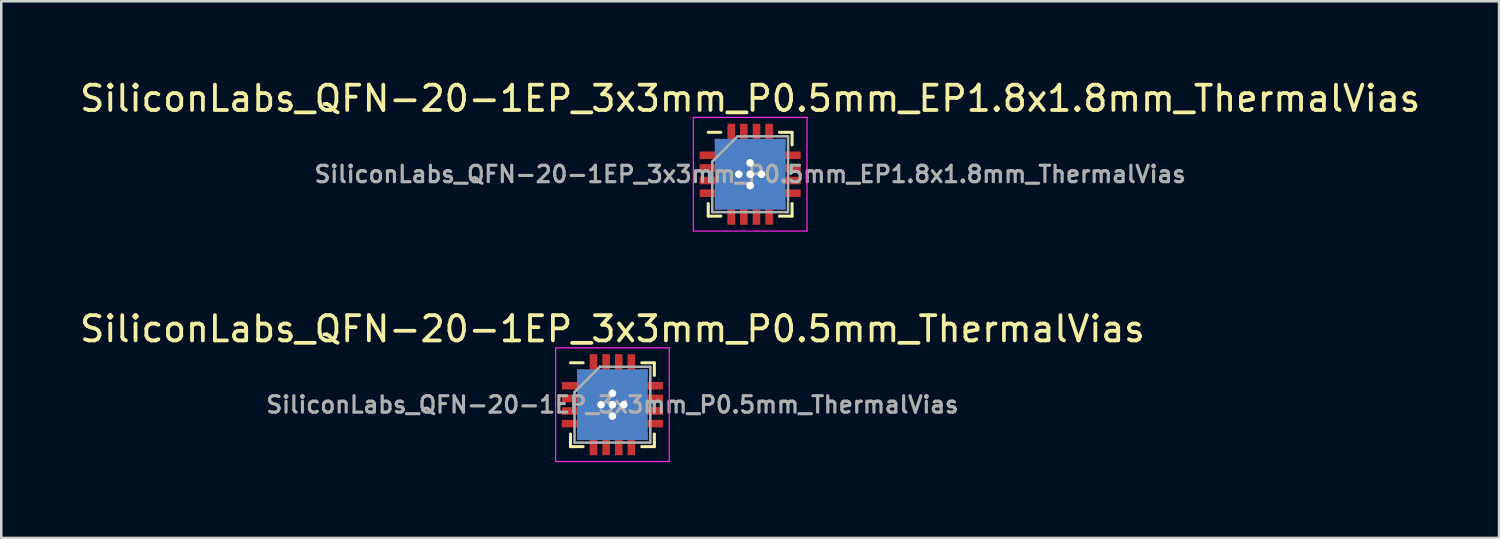
<source format=kicad_pcb>
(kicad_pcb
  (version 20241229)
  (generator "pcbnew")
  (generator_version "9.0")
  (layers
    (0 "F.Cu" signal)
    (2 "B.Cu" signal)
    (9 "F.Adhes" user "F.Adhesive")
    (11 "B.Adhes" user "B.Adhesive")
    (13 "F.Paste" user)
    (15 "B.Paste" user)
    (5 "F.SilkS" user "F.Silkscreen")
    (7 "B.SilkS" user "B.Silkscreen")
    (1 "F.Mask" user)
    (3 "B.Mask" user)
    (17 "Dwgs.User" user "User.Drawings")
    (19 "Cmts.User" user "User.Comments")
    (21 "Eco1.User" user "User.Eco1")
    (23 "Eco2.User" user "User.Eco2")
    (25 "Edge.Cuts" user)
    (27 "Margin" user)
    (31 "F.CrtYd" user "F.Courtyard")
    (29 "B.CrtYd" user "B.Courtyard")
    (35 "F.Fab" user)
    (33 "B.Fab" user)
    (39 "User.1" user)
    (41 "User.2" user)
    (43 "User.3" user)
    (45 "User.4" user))
  (footprint "SiliconLabs_QFN-20-1EP_3x3mm_P0.5mm_EP1.8x1.8mm_ThermalVias"
    (layer "F.Cu")
    (at 26.649 3.848)
    (property "Reference" "SiliconLabs_QFN-20-1EP_3x3mm_P0.5mm_EP1.8x1.8mm_ThermalVias" (at 0 -3 0) (layer "F.SilkS") (effects (font (size 1 1) (thickness 0.15))))
    (attr smd)
    (fp_line (start -1.66 -1.66) (end -1.16 -1.66) (stroke (width 0.12) (type solid)) (layer "F.SilkS"))
    (fp_line (start -1.66 1.66) (end -1.66 1.16) (stroke (width 0.12) (type solid)) (layer "F.SilkS"))
    (fp_line (start -1.16 1.66) (end -1.66 1.66) (stroke (width 0.12) (type solid)) (layer "F.SilkS"))
    (fp_line (start 1.16 -1.66) (end 1.66 -1.66) (stroke (width 0.12) (type solid)) (layer "F.SilkS"))
    (fp_line (start 1.16 1.66) (end 1.66 1.66) (stroke (width 0.12) (type solid)) (layer "F.SilkS"))
    (fp_line (start 1.66 -1.66) (end 1.66 -1.16) (stroke (width 0.12) (type solid)) (layer "F.SilkS"))
    (fp_line (start 1.66 1.66) (end 1.66 1.16) (stroke (width 0.12) (type solid)) (layer "F.SilkS"))
    (fp_line (start -2.25 -2.25) (end -2.25 2.25) (stroke (width 0.05) (type solid)) (layer "F.CrtYd"))
    (fp_line (start -2.25 2.25) (end 2.25 2.25) (stroke (width 0.05) (type solid)) (layer "F.CrtYd"))
    (fp_line (start 2.25 -2.25) (end -2.25 -2.25) (stroke (width 0.05) (type solid)) (layer "F.CrtYd"))
    (fp_line (start 2.25 2.25) (end 2.25 -2.25) (stroke (width 0.05) (type solid)) (layer "F.CrtYd"))
    (fp_line (start -1.5 -0.5) (end -0.5 -1.5) (stroke (width 0.1) (type solid)) (layer "F.Fab"))
    (fp_line (start -1.5 1.5) (end -1.5 -0.5) (stroke (width 0.1) (type solid)) (layer "F.Fab"))
    (fp_line (start -0.5 -1.5) (end 1.5 -1.5) (stroke (width 0.1) (type solid)) (layer "F.Fab"))
    (fp_line (start 1.5 -1.5) (end 1.5 1.5) (stroke (width 0.1) (type solid)) (layer "F.Fab"))
    (fp_line (start 1.5 1.5) (end -1.5 1.5) (stroke (width 0.1) (type solid)) (layer "F.Fab"))
    (fp_text user "${REFERENCE}" (at 0 0 0) (layer "F.Fab") (effects (font (size 0.65 0.65) (thickness 0.125))))
    (pad "" smd rect (at -0.45 -0.45) (size 0.54 0.54) (layers "F.Paste"))
    (pad "" smd rect (at -0.45 0.45) (size 0.54 0.54) (layers "F.Paste"))
    (pad "" smd rect (at 0.45 -0.45) (size 0.54 0.54) (layers "F.Paste"))
    (pad "" smd rect (at 0.45 0.45) (size 0.54 0.54) (layers "F.Paste"))
    (pad "1" smd rect (at -1.25 -1.25) (size 0.3 0.3) (layers "F.Cu" "F.Mask" "F.Paste"))
    (pad "2" smd rect (at -1.55 -0.75) (size 0.9 0.3) (layers "F.Cu" "F.Mask" "F.Paste"))
    (pad "3" smd rect (at -1.55 -0.25) (size 0.9 0.3) (layers "F.Cu" "F.Mask" "F.Paste"))
    (pad "4" smd rect (at -1.55 0.25) (size 0.9 0.3) (layers "F.Cu" "F.Mask" "F.Paste"))
    (pad "5" smd rect (at -1.55 0.75) (size 0.9 0.3) (layers "F.Cu" "F.Mask" "F.Paste"))
    (pad "6" smd rect (at -1.25 1.25) (size 0.3 0.3) (layers "F.Cu" "F.Mask" "F.Paste"))
    (pad "7" smd rect (at -0.75 1.55 90) (size 0.9 0.3) (layers "F.Cu" "F.Mask" "F.Paste"))
    (pad "8" smd rect (at -0.25 1.55 90) (size 0.9 0.3) (layers "F.Cu" "F.Mask" "F.Paste"))
    (pad "9" smd rect (at 0.25 1.55 90) (size 0.9 0.3) (layers "F.Cu" "F.Mask" "F.Paste"))
    (pad "10" smd rect (at 0.75 1.55 90) (size 0.9 0.3) (layers "F.Cu" "F.Mask" "F.Paste"))
    (pad "11" smd rect (at 1.25 1.25) (size 0.3 0.3) (layers "F.Cu" "F.Mask" "F.Paste"))
    (pad "12" smd rect (at 1.55 0.75) (size 0.9 0.3) (layers "F.Cu" "F.Mask" "F.Paste"))
    (pad "13" smd rect (at 1.55 0.25) (size 0.9 0.3) (layers "F.Cu" "F.Mask" "F.Paste"))
    (pad "14" smd rect (at 1.55 -0.25) (size 0.9 0.3) (layers "F.Cu" "F.Mask" "F.Paste"))
    (pad "15" smd rect (at 1.55 -0.75) (size 0.9 0.3) (layers "F.Cu" "F.Mask" "F.Paste"))
    (pad "16" smd rect (at 1.25 -1.25) (size 0.3 0.3) (layers "F.Cu" "F.Mask" "F.Paste"))
    (pad "17" smd rect (at 0.75 -1.55 90) (size 0.9 0.3) (layers "F.Cu" "F.Mask" "F.Paste"))
    (pad "18" smd rect (at 0.25 -1.55 90) (size 0.9 0.3) (layers "F.Cu" "F.Mask" "F.Paste"))
    (pad "19" smd rect (at -0.25 -1.55 90) (size 0.9 0.3) (layers "F.Cu" "F.Mask" "F.Paste"))
    (pad "20" smd rect (at -0.75 -1.55 90) (size 0.9 0.3) (layers "F.Cu" "F.Mask" "F.Paste"))
    (pad "21" thru_hole circle (at -0.45 0) (size 0.6 0.6) (drill 0.3) (layers "*.Cu"))
    (pad "21" thru_hole circle (at 0 -0.45) (size 0.6 0.6) (drill 0.3) (layers "*.Cu"))
    (pad "21" thru_hole circle (at 0 0) (size 0.6 0.6) (drill 0.3) (layers "*.Cu"))
    (pad "21" smd rect (at 0 0) (size 1.8 1.8) (layers "F.Cu" "F.Mask"))
    (pad "21" smd rect (at 0 0) (size 2.8 2.8) (layers "B.Cu"))
    (pad "21" thru_hole circle (at 0 0.45) (size 0.6 0.6) (drill 0.3) (layers "*.Cu"))
    (pad "21" thru_hole circle (at 0.45 0) (size 0.6 0.6) (drill 0.3) (layers "*.Cu")))
  (footprint "SiliconLabs_QFN-20-1EP_3x3mm_P0.5mm_ThermalVias"
    (layer "F.Cu")
    (at 21.196 12.972)
    (property "Reference" "SiliconLabs_QFN-20-1EP_3x3mm_P0.5mm_ThermalVias" (at 0 -3 0) (layer "F.SilkS") (effects (font (size 1 1) (thickness 0.15))))
    (attr smd)
    (fp_line (start -1.66 -1.66) (end -1.16 -1.66) (stroke (width 0.12) (type solid)) (layer "F.SilkS"))
    (fp_line (start -1.66 1.66) (end -1.66 1.16) (stroke (width 0.12) (type solid)) (layer "F.SilkS"))
    (fp_line (start -1.16 1.66) (end -1.66 1.66) (stroke (width 0.12) (type solid)) (layer "F.SilkS"))
    (fp_line (start 1.16 -1.66) (end 1.66 -1.66) (stroke (width 0.12) (type solid)) (layer "F.SilkS"))
    (fp_line (start 1.16 1.66) (end 1.66 1.66) (stroke (width 0.12) (type solid)) (layer "F.SilkS"))
    (fp_line (start 1.66 -1.66) (end 1.66 -1.16) (stroke (width 0.12) (type solid)) (layer "F.SilkS"))
    (fp_line (start 1.66 1.66) (end 1.66 1.16) (stroke (width 0.12) (type solid)) (layer "F.SilkS"))
    (fp_line (start -2.25 -2.25) (end -2.25 2.25) (stroke (width 0.05) (type solid)) (layer "F.CrtYd"))
    (fp_line (start -2.25 2.25) (end 2.25 2.25) (stroke (width 0.05) (type solid)) (layer "F.CrtYd"))
    (fp_line (start 2.25 -2.25) (end -2.25 -2.25) (stroke (width 0.05) (type solid)) (layer "F.CrtYd"))
    (fp_line (start 2.25 2.25) (end 2.25 -2.25) (stroke (width 0.05) (type solid)) (layer "F.CrtYd"))
    (fp_line (start -1.5 -0.5) (end -0.5 -1.5) (stroke (width 0.1) (type solid)) (layer "F.Fab"))
    (fp_line (start -1.5 1.5) (end -1.5 -0.5) (stroke (width 0.1) (type solid)) (layer "F.Fab"))
    (fp_line (start -0.5 -1.5) (end 1.5 -1.5) (stroke (width 0.1) (type solid)) (layer "F.Fab"))
    (fp_line (start 1.5 -1.5) (end 1.5 1.5) (stroke (width 0.1) (type solid)) (layer "F.Fab"))
    (fp_line (start 1.5 1.5) (end -1.5 1.5) (stroke (width 0.1) (type solid)) (layer "F.Fab"))
    (fp_text user "${REFERENCE}" (at 0 0 0) (layer "F.Fab") (effects (font (size 0.65 0.65) (thickness 0.125))))
    (pad "" smd rect (at -0.45 -0.45) (size 0.54 0.54) (layers "F.Paste"))
    (pad "" smd rect (at -0.45 0.45) (size 0.54 0.54) (layers "F.Paste"))
    (pad "" smd rect (at 0.45 -0.45) (size 0.54 0.54) (layers "F.Paste"))
    (pad "" smd rect (at 0.45 0.45) (size 0.54 0.54) (layers "F.Paste"))
    (pad "1" smd rect (at -1.25 -1.25) (size 0.3 0.3) (layers "F.Cu" "F.Mask" "F.Paste"))
    (pad "2" smd rect (at -1.55 -0.75) (size 0.9 0.3) (layers "F.Cu" "F.Mask" "F.Paste"))
    (pad "3" smd rect (at -1.55 -0.25) (size 0.9 0.3) (layers "F.Cu" "F.Mask" "F.Paste"))
    (pad "4" smd rect (at -1.55 0.25) (size 0.9 0.3) (layers "F.Cu" "F.Mask" "F.Paste"))
    (pad "5" smd rect (at -1.55 0.75) (size 0.9 0.3) (layers "F.Cu" "F.Mask" "F.Paste"))
    (pad "6" smd rect (at -1.25 1.25) (size 0.3 0.3) (layers "F.Cu" "F.Mask" "F.Paste"))
    (pad "7" smd rect (at -0.75 1.55 90) (size 0.9 0.3) (layers "F.Cu" "F.Mask" "F.Paste"))
    (pad "8" smd rect (at -0.25 1.55 90) (size 0.9 0.3) (layers "F.Cu" "F.Mask" "F.Paste"))
    (pad "9" smd rect (at 0.25 1.55 90) (size 0.9 0.3) (layers "F.Cu" "F.Mask" "F.Paste"))
    (pad "10" smd rect (at 0.75 1.55 90) (size 0.9 0.3) (layers "F.Cu" "F.Mask" "F.Paste"))
    (pad "11" smd rect (at 1.25 1.25) (size 0.3 0.3) (layers "F.Cu" "F.Mask" "F.Paste"))
    (pad "12" smd rect (at 1.55 0.75) (size 0.9 0.3) (layers "F.Cu" "F.Mask" "F.Paste"))
    (pad "13" smd rect (at 1.55 0.25) (size 0.9 0.3) (layers "F.Cu" "F.Mask" "F.Paste"))
    (pad "14" smd rect (at 1.55 -0.25) (size 0.9 0.3) (layers "F.Cu" "F.Mask" "F.Paste"))
    (pad "15" smd rect (at 1.55 -0.75) (size 0.9 0.3) (layers "F.Cu" "F.Mask" "F.Paste"))
    (pad "16" smd rect (at 1.25 -1.25) (size 0.3 0.3) (layers "F.Cu" "F.Mask" "F.Paste"))
    (pad "17" smd rect (at 0.75 -1.55 90) (size 0.9 0.3) (layers "F.Cu" "F.Mask" "F.Paste"))
    (pad "18" smd rect (at 0.25 -1.55 90) (size 0.9 0.3) (layers "F.Cu" "F.Mask" "F.Paste"))
    (pad "19" smd rect (at -0.25 -1.55 90) (size 0.9 0.3) (layers "F.Cu" "F.Mask" "F.Paste"))
    (pad "20" smd rect (at -0.75 -1.55 90) (size 0.9 0.3) (layers "F.Cu" "F.Mask" "F.Paste"))
    (pad "21" thru_hole circle (at -0.45 0) (size 0.6 0.6) (drill 0.3) (layers "*.Cu"))
    (pad "21" thru_hole circle (at 0 -0.45) (size 0.6 0.6) (drill 0.3) (layers "*.Cu"))
    (pad "21" thru_hole circle (at 0 0) (size 0.6 0.6) (drill 0.3) (layers "*.Cu"))
    (pad "21" smd rect (at 0 0) (size 1.8 1.8) (layers "F.Cu" "F.Mask"))
    (pad "21" smd rect (at 0 0) (size 2.8 2.8) (layers "B.Cu"))
    (pad "21" thru_hole circle (at 0 0.45) (size 0.6 0.6) (drill 0.3) (layers "*.Cu"))
    (pad "21" thru_hole circle (at 0.45 0) (size 0.6 0.6) (drill 0.3) (layers "*.Cu")))
  (gr_rect
    (start -3 -3)
    (end 56.298 18.247)
    (stroke (width 0.1) (type default))
    (fill no)
    (layer "Edge.Cuts")))
</source>
